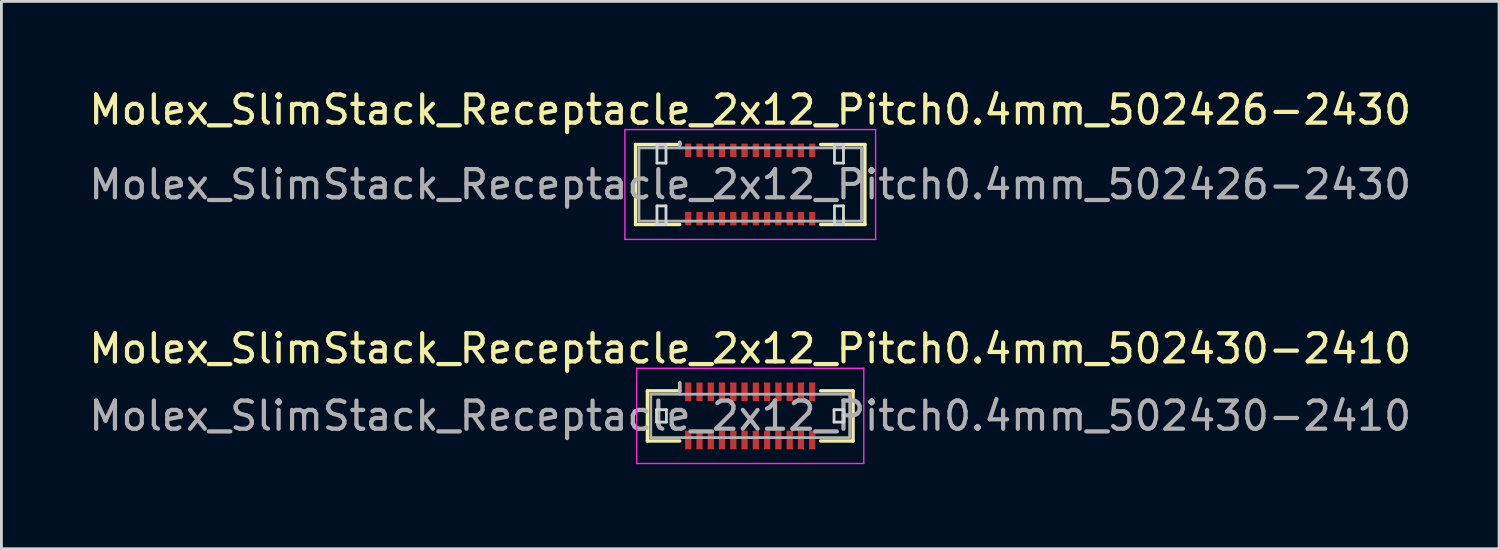
<source format=kicad_pcb>
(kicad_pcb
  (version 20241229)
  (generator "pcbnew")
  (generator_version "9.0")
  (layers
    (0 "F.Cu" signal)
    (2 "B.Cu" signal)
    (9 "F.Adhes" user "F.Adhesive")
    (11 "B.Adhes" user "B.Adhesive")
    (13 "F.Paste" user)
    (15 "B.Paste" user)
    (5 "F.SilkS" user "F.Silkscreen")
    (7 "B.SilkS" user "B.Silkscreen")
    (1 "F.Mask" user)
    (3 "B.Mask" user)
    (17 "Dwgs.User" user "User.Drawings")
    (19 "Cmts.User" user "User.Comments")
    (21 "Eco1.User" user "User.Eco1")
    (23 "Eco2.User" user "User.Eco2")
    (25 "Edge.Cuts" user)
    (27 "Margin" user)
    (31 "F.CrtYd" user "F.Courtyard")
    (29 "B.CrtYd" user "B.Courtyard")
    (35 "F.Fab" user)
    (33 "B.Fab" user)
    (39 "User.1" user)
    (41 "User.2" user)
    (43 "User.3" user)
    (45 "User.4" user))
  (footprint "Molex_SlimStack_Receptacle_2x12_Pitch0.4mm_502430-2410"
    (layer "F.Cu")
    (at 23.577 11.711)
    (property "Reference" "Molex_SlimStack_Receptacle_2x12_Pitch0.4mm_502430-2410" (at 0 -2.39 0) (layer "F.SilkS") (effects (font (size 1 1) (thickness 0.15))))
    (attr smd)
    (fp_line (start -3.65 -0.89) (end -2.5 -0.89) (stroke (width 0.12) (type solid)) (layer "F.SilkS"))
    (fp_line (start -3.65 0.89) (end -3.65 -0.89) (stroke (width 0.12) (type solid)) (layer "F.SilkS"))
    (fp_line (start -2.5 -0.89) (end -2.5 -1.17) (stroke (width 0.12) (type solid)) (layer "F.SilkS"))
    (fp_line (start -2.5 0.89) (end -3.65 0.89) (stroke (width 0.12) (type solid)) (layer "F.SilkS"))
    (fp_line (start 2.5 0.89) (end 3.65 0.89) (stroke (width 0.12) (type solid)) (layer "F.SilkS"))
    (fp_line (start 3.65 -0.89) (end 2.5 -0.89) (stroke (width 0.12) (type solid)) (layer "F.SilkS"))
    (fp_line (start 3.65 0.89) (end 3.65 -0.89) (stroke (width 0.12) (type solid)) (layer "F.SilkS"))
    (fp_line (start -3.325 -0.22) (end -3.325 0.22) (stroke (width 0.1) (type solid)) (layer "Edge.Cuts"))
    (fp_line (start -3.325 0.22) (end -2.975 0.22) (stroke (width 0.1) (type solid)) (layer "Edge.Cuts"))
    (fp_line (start -2.975 -0.22) (end -3.325 -0.22) (stroke (width 0.1) (type solid)) (layer "Edge.Cuts"))
    (fp_line (start -2.975 0.22) (end -2.975 -0.22) (stroke (width 0.1) (type solid)) (layer "Edge.Cuts"))
    (fp_line (start 2.975 -0.22) (end 2.975 0.22) (stroke (width 0.1) (type solid)) (layer "Edge.Cuts"))
    (fp_line (start 2.975 0.22) (end 3.325 0.22) (stroke (width 0.1) (type solid)) (layer "Edge.Cuts"))
    (fp_line (start 3.325 -0.22) (end 2.975 -0.22) (stroke (width 0.1) (type solid)) (layer "Edge.Cuts"))
    (fp_line (start 3.325 0.22) (end 3.325 -0.22) (stroke (width 0.1) (type solid)) (layer "Edge.Cuts"))
    (fp_line (start -4.03 -1.69) (end -4.03 1.69) (stroke (width 0.05) (type solid)) (layer "F.CrtYd"))
    (fp_line (start -4.03 1.69) (end 4.03 1.69) (stroke (width 0.05) (type solid)) (layer "F.CrtYd"))
    (fp_line (start 4.03 -1.69) (end -4.03 -1.69) (stroke (width 0.05) (type solid)) (layer "F.CrtYd"))
    (fp_line (start 4.03 1.69) (end 4.03 -1.69) (stroke (width 0.05) (type solid)) (layer "F.CrtYd"))
    (fp_line (start -3.53 -0.77) (end -3.53 0.77) (stroke (width 0.1) (type solid)) (layer "F.Fab"))
    (fp_line (start -3.53 0.77) (end 3.53 0.77) (stroke (width 0.1) (type solid)) (layer "F.Fab"))
    (fp_line (start -2.5 -0.77) (end -2.5 -1.17) (stroke (width 0.1) (type solid)) (layer "F.Fab"))
    (fp_line (start 3.53 -0.77) (end -3.53 -0.77) (stroke (width 0.1) (type solid)) (layer "F.Fab"))
    (fp_line (start 3.53 0.77) (end 3.53 -0.77) (stroke (width 0.1) (type solid)) (layer "F.Fab"))
    (fp_text user "${REFERENCE}" (at 0 0 0) (layer "F.Fab") (effects (font (size 1 1) (thickness 0.15))))
    (pad "1" smd rect (at -2.2 -0.855) (size 0.22 0.66) (layers "F.Cu" "F.Mask" "F.Paste"))
    (pad "2" smd rect (at -2.2 0.855) (size 0.22 0.66) (layers "F.Cu" "F.Mask" "F.Paste"))
    (pad "3" smd rect (at -1.8 -0.855) (size 0.22 0.66) (layers "F.Cu" "F.Mask" "F.Paste"))
    (pad "4" smd rect (at -1.8 0.855) (size 0.22 0.66) (layers "F.Cu" "F.Mask" "F.Paste"))
    (pad "5" smd rect (at -1.4 -0.855) (size 0.22 0.66) (layers "F.Cu" "F.Mask" "F.Paste"))
    (pad "6" smd rect (at -1.4 0.855) (size 0.22 0.66) (layers "F.Cu" "F.Mask" "F.Paste"))
    (pad "7" smd rect (at -1 -0.855) (size 0.22 0.66) (layers "F.Cu" "F.Mask" "F.Paste"))
    (pad "8" smd rect (at -1 0.855) (size 0.22 0.66) (layers "F.Cu" "F.Mask" "F.Paste"))
    (pad "9" smd rect (at -0.6 -0.855) (size 0.22 0.66) (layers "F.Cu" "F.Mask" "F.Paste"))
    (pad "10" smd rect (at -0.6 0.855) (size 0.22 0.66) (layers "F.Cu" "F.Mask" "F.Paste"))
    (pad "11" smd rect (at -0.2 -0.855) (size 0.22 0.66) (layers "F.Cu" "F.Mask" "F.Paste"))
    (pad "12" smd rect (at -0.2 0.855) (size 0.22 0.66) (layers "F.Cu" "F.Mask" "F.Paste"))
    (pad "13" smd rect (at 0.2 -0.855) (size 0.22 0.66) (layers "F.Cu" "F.Mask" "F.Paste"))
    (pad "14" smd rect (at 0.2 0.855) (size 0.22 0.66) (layers "F.Cu" "F.Mask" "F.Paste"))
    (pad "15" smd rect (at 0.6 -0.855) (size 0.22 0.66) (layers "F.Cu" "F.Mask" "F.Paste"))
    (pad "16" smd rect (at 0.6 0.855) (size 0.22 0.66) (layers "F.Cu" "F.Mask" "F.Paste"))
    (pad "17" smd rect (at 1 -0.855) (size 0.22 0.66) (layers "F.Cu" "F.Mask" "F.Paste"))
    (pad "18" smd rect (at 1 0.855) (size 0.22 0.66) (layers "F.Cu" "F.Mask" "F.Paste"))
    (pad "19" smd rect (at 1.4 -0.855) (size 0.22 0.66) (layers "F.Cu" "F.Mask" "F.Paste"))
    (pad "20" smd rect (at 1.4 0.855) (size 0.22 0.66) (layers "F.Cu" "F.Mask" "F.Paste"))
    (pad "21" smd rect (at 1.8 -0.855) (size 0.22 0.66) (layers "F.Cu" "F.Mask" "F.Paste"))
    (pad "22" smd rect (at 1.8 0.855) (size 0.22 0.66) (layers "F.Cu" "F.Mask" "F.Paste"))
    (pad "23" smd rect (at 2.2 -0.855) (size 0.22 0.66) (layers "F.Cu" "F.Mask" "F.Paste"))
    (pad "24" smd rect (at 2.2 0.855) (size 0.22 0.66) (layers "F.Cu" "F.Mask" "F.Paste")))
  (footprint "Molex_SlimStack_Receptacle_2x12_Pitch0.4mm_502426-2430"
    (layer "F.Cu")
    (at 23.577 3.498)
    (property "Reference" "Molex_SlimStack_Receptacle_2x12_Pitch0.4mm_502426-2430" (at 0 -2.65 0) (layer "F.SilkS") (effects (font (size 1 1) (thickness 0.15))))
    (attr smd)
    (fp_line (start -4.07 -1.42) (end -2.5 -1.42) (stroke (width 0.12) (type solid)) (layer "F.SilkS"))
    (fp_line (start -4.07 1.42) (end -4.07 -1.42) (stroke (width 0.12) (type solid)) (layer "F.SilkS"))
    (fp_line (start -2.5 -1.42) (end -2.5 -1.5) (stroke (width 0.12) (type solid)) (layer "F.SilkS"))
    (fp_line (start -2.5 1.42) (end -4.07 1.42) (stroke (width 0.12) (type solid)) (layer "F.SilkS"))
    (fp_line (start 2.5 1.42) (end 4.07 1.42) (stroke (width 0.12) (type solid)) (layer "F.SilkS"))
    (fp_line (start 4.07 -1.42) (end 2.5 -1.42) (stroke (width 0.12) (type solid)) (layer "F.SilkS"))
    (fp_line (start 4.07 1.42) (end 4.07 -1.42) (stroke (width 0.12) (type solid)) (layer "F.SilkS"))
    (fp_line (start -3.31 -1.41) (end -3.31 -0.76) (stroke (width 0.1) (type solid)) (layer "Edge.Cuts"))
    (fp_line (start -3.31 -0.76) (end -2.99 -0.76) (stroke (width 0.1) (type solid)) (layer "Edge.Cuts"))
    (fp_line (start -3.31 0.76) (end -3.31 1.41) (stroke (width 0.1) (type solid)) (layer "Edge.Cuts"))
    (fp_line (start -3.31 1.41) (end -2.99 1.41) (stroke (width 0.1) (type solid)) (layer "Edge.Cuts"))
    (fp_line (start -2.99 -1.41) (end -3.31 -1.41) (stroke (width 0.1) (type solid)) (layer "Edge.Cuts"))
    (fp_line (start -2.99 -0.76) (end -2.99 -1.41) (stroke (width 0.1) (type solid)) (layer "Edge.Cuts"))
    (fp_line (start -2.99 0.76) (end -3.31 0.76) (stroke (width 0.1) (type solid)) (layer "Edge.Cuts"))
    (fp_line (start -2.99 1.41) (end -2.99 0.76) (stroke (width 0.1) (type solid)) (layer "Edge.Cuts"))
    (fp_line (start 2.99 -1.41) (end 2.99 -0.76) (stroke (width 0.1) (type solid)) (layer "Edge.Cuts"))
    (fp_line (start 2.99 -0.76) (end 3.31 -0.76) (stroke (width 0.1) (type solid)) (layer "Edge.Cuts"))
    (fp_line (start 2.99 0.76) (end 2.99 1.41) (stroke (width 0.1) (type solid)) (layer "Edge.Cuts"))
    (fp_line (start 2.99 1.41) (end 3.31 1.41) (stroke (width 0.1) (type solid)) (layer "Edge.Cuts"))
    (fp_line (start 3.31 -1.41) (end 2.99 -1.41) (stroke (width 0.1) (type solid)) (layer "Edge.Cuts"))
    (fp_line (start 3.31 -0.76) (end 3.31 -1.41) (stroke (width 0.1) (type solid)) (layer "Edge.Cuts"))
    (fp_line (start 3.31 0.76) (end 2.99 0.76) (stroke (width 0.1) (type solid)) (layer "Edge.Cuts"))
    (fp_line (start 3.31 1.41) (end 3.31 0.76) (stroke (width 0.1) (type solid)) (layer "Edge.Cuts"))
    (fp_line (start -4.45 -1.95) (end -4.45 1.95) (stroke (width 0.05) (type solid)) (layer "F.CrtYd"))
    (fp_line (start -4.45 1.95) (end 4.45 1.95) (stroke (width 0.05) (type solid)) (layer "F.CrtYd"))
    (fp_line (start 4.45 -1.95) (end -4.45 -1.95) (stroke (width 0.05) (type solid)) (layer "F.CrtYd"))
    (fp_line (start 4.45 1.95) (end 4.45 -1.95) (stroke (width 0.05) (type solid)) (layer "F.CrtYd"))
    (fp_line (start -3.95 -1.3) (end -3.95 1.3) (stroke (width 0.1) (type solid)) (layer "F.Fab"))
    (fp_line (start -3.95 1.3) (end 3.95 1.3) (stroke (width 0.1) (type solid)) (layer "F.Fab"))
    (fp_line (start -2.5 -1.3) (end -2.5 -1.5) (stroke (width 0.1) (type solid)) (layer "F.Fab"))
    (fp_line (start 3.95 -1.3) (end -3.95 -1.3) (stroke (width 0.1) (type solid)) (layer "F.Fab"))
    (fp_line (start 3.95 1.3) (end 3.95 -1.3) (stroke (width 0.1) (type solid)) (layer "F.Fab"))
    (fp_text user "${REFERENCE}" (at 0 0 0) (layer "F.Fab") (effects (font (size 1 1) (thickness 0.15))))
    (pad "1" smd rect (at -2.2 -1.212) (size 0.22 0.475) (layers "F.Cu" "F.Mask" "F.Paste"))
    (pad "2" smd rect (at -2.2 1.212) (size 0.22 0.475) (layers "F.Cu" "F.Mask" "F.Paste"))
    (pad "3" smd rect (at -1.8 -1.212) (size 0.22 0.475) (layers "F.Cu" "F.Mask" "F.Paste"))
    (pad "4" smd rect (at -1.8 1.212) (size 0.22 0.475) (layers "F.Cu" "F.Mask" "F.Paste"))
    (pad "5" smd rect (at -1.4 -1.212) (size 0.22 0.475) (layers "F.Cu" "F.Mask" "F.Paste"))
    (pad "6" smd rect (at -1.4 1.212) (size 0.22 0.475) (layers "F.Cu" "F.Mask" "F.Paste"))
    (pad "7" smd rect (at -1 -1.212) (size 0.22 0.475) (layers "F.Cu" "F.Mask" "F.Paste"))
    (pad "8" smd rect (at -1 1.212) (size 0.22 0.475) (layers "F.Cu" "F.Mask" "F.Paste"))
    (pad "9" smd rect (at -0.6 -1.212) (size 0.22 0.475) (layers "F.Cu" "F.Mask" "F.Paste"))
    (pad "10" smd rect (at -0.6 1.212) (size 0.22 0.475) (layers "F.Cu" "F.Mask" "F.Paste"))
    (pad "11" smd rect (at -0.2 -1.212) (size 0.22 0.475) (layers "F.Cu" "F.Mask" "F.Paste"))
    (pad "12" smd rect (at -0.2 1.212) (size 0.22 0.475) (layers "F.Cu" "F.Mask" "F.Paste"))
    (pad "13" smd rect (at 0.2 -1.212) (size 0.22 0.475) (layers "F.Cu" "F.Mask" "F.Paste"))
    (pad "14" smd rect (at 0.2 1.212) (size 0.22 0.475) (layers "F.Cu" "F.Mask" "F.Paste"))
    (pad "15" smd rect (at 0.6 -1.212) (size 0.22 0.475) (layers "F.Cu" "F.Mask" "F.Paste"))
    (pad "16" smd rect (at 0.6 1.212) (size 0.22 0.475) (layers "F.Cu" "F.Mask" "F.Paste"))
    (pad "17" smd rect (at 1 -1.212) (size 0.22 0.475) (layers "F.Cu" "F.Mask" "F.Paste"))
    (pad "18" smd rect (at 1 1.212) (size 0.22 0.475) (layers "F.Cu" "F.Mask" "F.Paste"))
    (pad "19" smd rect (at 1.4 -1.212) (size 0.22 0.475) (layers "F.Cu" "F.Mask" "F.Paste"))
    (pad "20" smd rect (at 1.4 1.212) (size 0.22 0.475) (layers "F.Cu" "F.Mask" "F.Paste"))
    (pad "21" smd rect (at 1.8 -1.212) (size 0.22 0.475) (layers "F.Cu" "F.Mask" "F.Paste"))
    (pad "22" smd rect (at 1.8 1.212) (size 0.22 0.475) (layers "F.Cu" "F.Mask" "F.Paste"))
    (pad "23" smd rect (at 2.2 -1.212) (size 0.22 0.475) (layers "F.Cu" "F.Mask" "F.Paste"))
    (pad "24" smd rect (at 2.2 1.212) (size 0.22 0.475) (layers "F.Cu" "F.Mask" "F.Paste")))
  (gr_rect
    (start -3 -3)
    (end 50.155 16.427)
    (stroke (width 0.1) (type default))
    (fill no)
    (layer "Edge.Cuts")))
</source>
